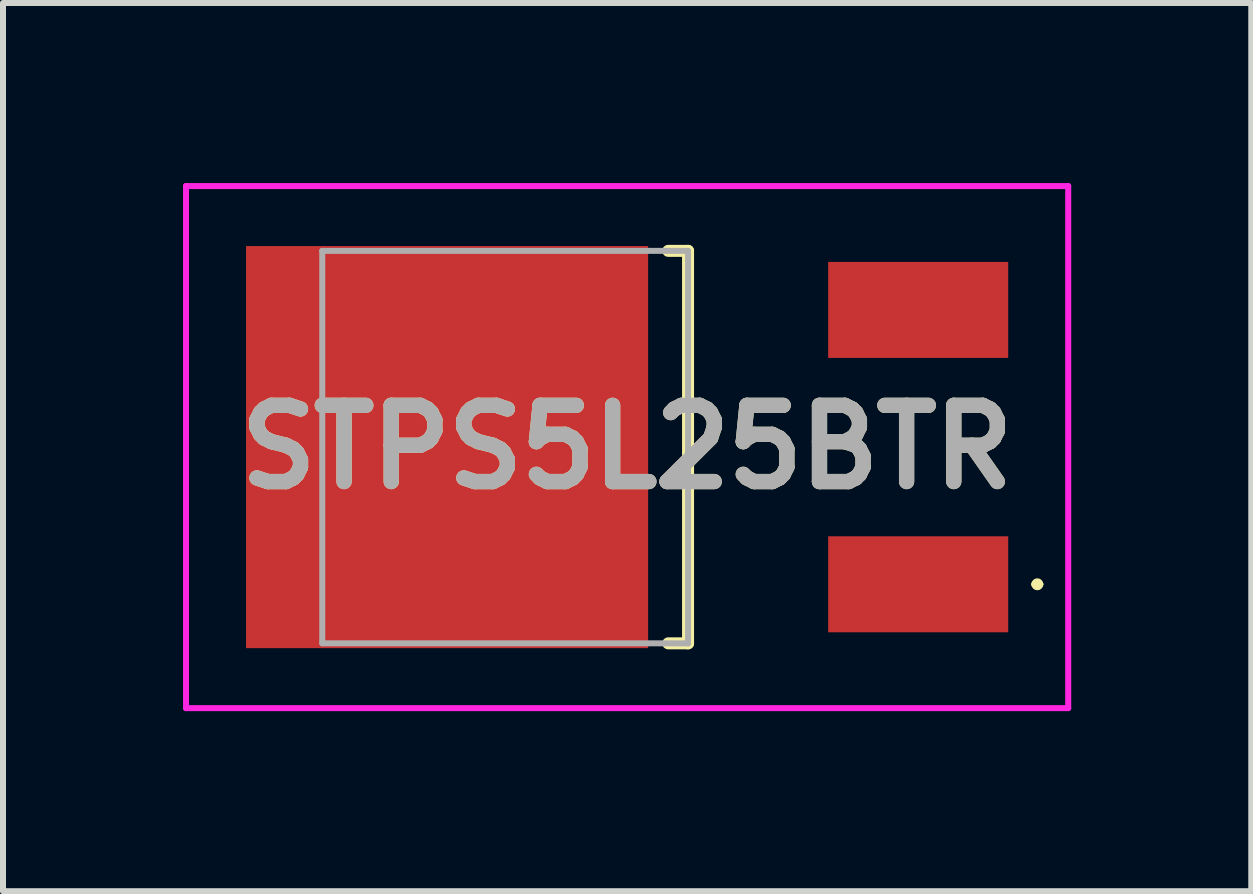
<source format=kicad_pcb>
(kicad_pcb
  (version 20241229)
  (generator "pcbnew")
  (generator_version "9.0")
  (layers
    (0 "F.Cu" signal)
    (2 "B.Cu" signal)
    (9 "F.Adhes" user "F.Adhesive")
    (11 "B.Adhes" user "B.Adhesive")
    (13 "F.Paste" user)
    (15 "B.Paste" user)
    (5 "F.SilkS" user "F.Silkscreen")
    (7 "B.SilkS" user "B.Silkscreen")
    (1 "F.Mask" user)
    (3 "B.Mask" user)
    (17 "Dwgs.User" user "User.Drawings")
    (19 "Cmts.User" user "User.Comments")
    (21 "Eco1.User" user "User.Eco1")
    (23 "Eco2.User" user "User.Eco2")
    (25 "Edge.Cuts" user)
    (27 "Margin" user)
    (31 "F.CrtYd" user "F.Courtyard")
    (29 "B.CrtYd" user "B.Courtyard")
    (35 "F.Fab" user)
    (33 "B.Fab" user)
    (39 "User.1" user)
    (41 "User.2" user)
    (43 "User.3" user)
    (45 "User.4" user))
  (footprint "STPS5L25BTR"
    (layer "F.Cu")
    (at 7.285 4.4)
    (property "Reference" "STPS5L25BTR" (at 0.115 0 0) (layer "F.SilkS") (effects (font (size 1.27 1.27) (thickness 0.254))))
    (attr smd)
    (fp_line (start 0.8 -3.27) (end 1.13 -3.27) (stroke (width 0.2) (type solid)) (layer "F.SilkS"))
    (fp_line (start 1.13 -3.27) (end 1.13 3.27) (stroke (width 0.2) (type solid)) (layer "F.SilkS"))
    (fp_line (start 1.13 3.27) (end 0.8 3.27) (stroke (width 0.2) (type solid)) (layer "F.SilkS"))
    (fp_line (start 6.9 2.286) (end 6.9 2.286) (stroke (width 0.1) (type solid)) (layer "F.SilkS"))
    (fp_line (start 7 2.286) (end 7 2.286) (stroke (width 0.1) (type solid)) (layer "F.SilkS"))
    (fp_arc (start 6.9 2.286) (mid 6.95 2.236) (end 7 2.286) (stroke (width 0.1) (type solid)) (layer "F.SilkS"))
    (fp_arc (start 7 2.286) (mid 6.95 2.336) (end 6.9 2.286) (stroke (width 0.1) (type solid)) (layer "F.SilkS"))
    (fp_line (start -7.235 -4.35) (end 7.465 -4.35) (stroke (width 0.1) (type solid)) (layer "F.CrtYd"))
    (fp_line (start -7.235 4.35) (end -7.235 -4.35) (stroke (width 0.1) (type solid)) (layer "F.CrtYd"))
    (fp_line (start 7.465 -4.35) (end 7.465 4.35) (stroke (width 0.1) (type solid)) (layer "F.CrtYd"))
    (fp_line (start 7.465 4.35) (end -7.235 4.35) (stroke (width 0.1) (type solid)) (layer "F.CrtYd"))
    (fp_line (start -4.965 -3.27) (end 1.13 -3.27) (stroke (width 0.1) (type solid)) (layer "F.Fab"))
    (fp_line (start -4.965 3.27) (end -4.965 -3.27) (stroke (width 0.1) (type solid)) (layer "F.Fab"))
    (fp_line (start 1.13 -3.27) (end 1.13 3.27) (stroke (width 0.1) (type solid)) (layer "F.Fab"))
    (fp_line (start 1.13 3.27) (end -4.965 3.27) (stroke (width 0.1) (type solid)) (layer "F.Fab"))
    (fp_text user "${REFERENCE}" (at 0.115 0 0) (layer "F.Fab") (effects (font (size 1.27 1.27) (thickness 0.254))))
    (pad "1" smd rect (at 4.965 2.286 90) (size 1.6 3) (layers "F.Cu" "F.Mask" "F.Paste"))
    (pad "2" smd rect (at -2.885 0 90) (size 6.7 6.7) (layers "F.Cu" "F.Mask" "F.Paste"))
    (pad "3" smd rect (at 4.965 -2.286 90) (size 1.6 3) (layers "F.Cu" "F.Mask" "F.Paste")))
  (gr_rect
    (start -3 -3)
    (end 17.8 11.8)
    (stroke (width 0.1) (type default))
    (fill no)
    (layer "Edge.Cuts")))
</source>
